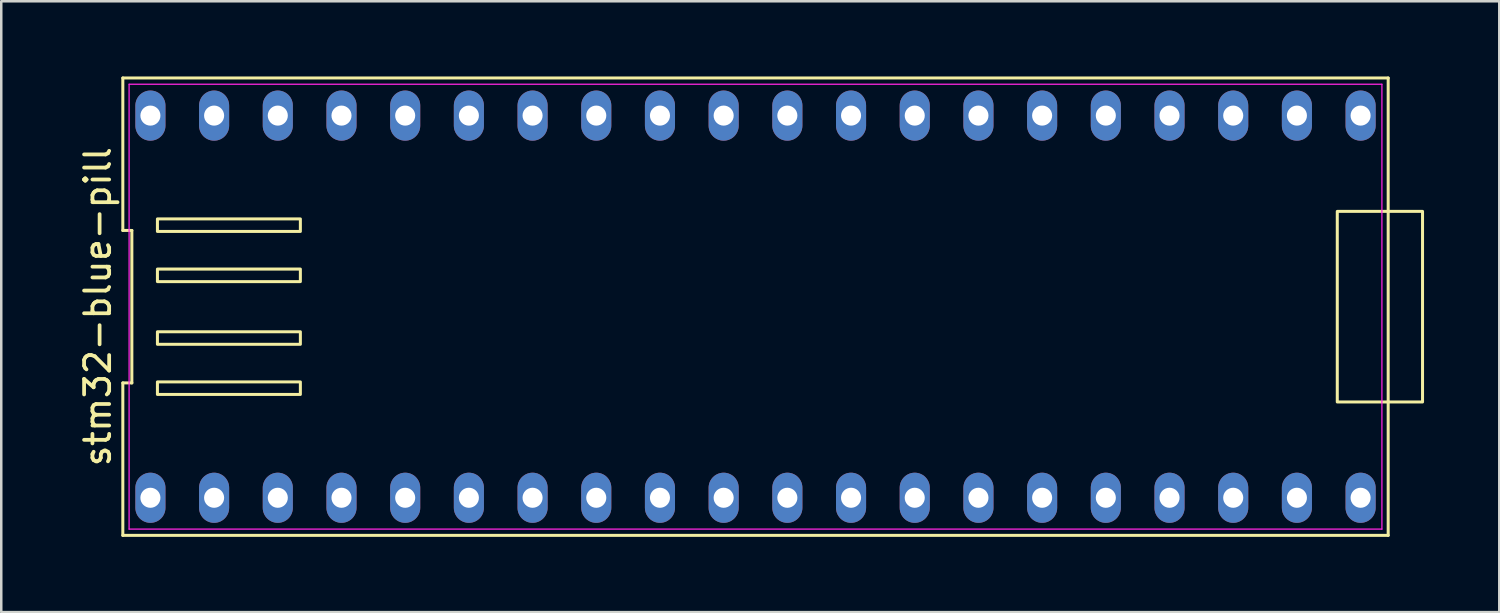
<source format=kicad_pcb>
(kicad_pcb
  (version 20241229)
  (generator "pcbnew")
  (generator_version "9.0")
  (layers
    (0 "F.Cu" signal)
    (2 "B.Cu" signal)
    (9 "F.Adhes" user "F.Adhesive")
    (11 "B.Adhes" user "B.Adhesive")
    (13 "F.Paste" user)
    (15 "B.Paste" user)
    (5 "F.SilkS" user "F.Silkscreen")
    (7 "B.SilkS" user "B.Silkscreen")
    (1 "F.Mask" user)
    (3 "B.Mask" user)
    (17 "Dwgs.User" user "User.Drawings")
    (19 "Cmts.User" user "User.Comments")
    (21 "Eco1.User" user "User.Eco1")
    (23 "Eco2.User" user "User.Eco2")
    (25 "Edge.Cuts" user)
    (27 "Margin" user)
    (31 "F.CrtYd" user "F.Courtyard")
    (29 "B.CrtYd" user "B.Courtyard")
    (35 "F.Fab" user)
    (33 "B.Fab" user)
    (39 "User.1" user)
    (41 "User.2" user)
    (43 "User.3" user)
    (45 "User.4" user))
  (footprint "stm32-blue-pill"
    (layer "F.Cu")
    (at 27.078 9.18)
    (property "Reference" "stm32-blue-pill" (at -26.23 0 90) (layer "F.SilkS") (effects (font (size 1 1) (thickness 0.15))))
    (fp_line (start -25.23 -9.12) (end -25.23 -3.04) (stroke (width 0.12) (type solid)) (layer "F.SilkS"))
    (fp_line (start -25.23 -3.04) (end -24.87 -3.04) (stroke (width 0.12) (type solid)) (layer "F.SilkS"))
    (fp_line (start -25.23 3.04) (end -25.23 9.12) (stroke (width 0.12) (type solid)) (layer "F.SilkS"))
    (fp_line (start -25.23 9.12) (end 25.23 9.12) (stroke (width 0.12) (type solid)) (layer "F.SilkS"))
    (fp_line (start -24.87 -3.04) (end -24.87 3.04) (stroke (width 0.12) (type solid)) (layer "F.SilkS"))
    (fp_line (start -24.87 3.04) (end -25.23 3.04) (stroke (width 0.12) (type solid)) (layer "F.SilkS"))
    (fp_line (start 25.23 -9.12) (end -25.23 -9.12) (stroke (width 0.12) (type solid)) (layer "F.SilkS"))
    (fp_line (start 25.23 9.12) (end 25.23 -9.12) (stroke (width 0.12) (type solid)) (layer "F.SilkS"))
    (fp_rect (start -23.85 -3) (end -18.15 -3.5) (stroke (width 0.12) (type solid)) (fill no) (layer "F.SilkS"))
    (fp_rect (start -23.85 -1) (end -18.15 -1.5) (stroke (width 0.12) (type solid)) (fill no) (layer "F.SilkS"))
    (fp_rect (start -23.85 1.5) (end -18.15 1) (stroke (width 0.12) (type solid)) (fill no) (layer "F.SilkS"))
    (fp_rect (start -23.85 3.5) (end -18.15 3) (stroke (width 0.12) (type solid)) (fill no) (layer "F.SilkS"))
    (fp_rect (start 23.2 -3.8) (end 26.6 3.8) (stroke (width 0.12) (type solid)) (fill no) (layer "F.SilkS"))
    (fp_line (start -24.98 -8.87) (end 24.98 -8.87) (stroke (width 0.05) (type solid)) (layer "F.CrtYd"))
    (fp_line (start -24.98 8.87) (end -24.98 -8.87) (stroke (width 0.05) (type solid)) (layer "F.CrtYd"))
    (fp_line (start 24.98 -8.87) (end 24.98 8.87) (stroke (width 0.05) (type solid)) (layer "F.CrtYd"))
    (fp_line (start 24.98 8.87) (end -24.98 8.87) (stroke (width 0.05) (type solid)) (layer "F.CrtYd"))
    (pad "1" thru_hole oval (at -24.13 7.62) (size 1.2 2) (drill 0.8) (layers "*.Cu" "*.Mask"))
    (pad "2" thru_hole oval (at -21.59 7.62) (size 1.2 2) (drill 0.8) (layers "*.Cu" "*.Mask"))
    (pad "3" thru_hole oval (at -19.05 7.62) (size 1.2 2) (drill 0.8) (layers "*.Cu" "*.Mask"))
    (pad "4" thru_hole oval (at -16.51 7.62) (size 1.2 2) (drill 0.8) (layers "*.Cu" "*.Mask"))
    (pad "5" thru_hole oval (at -13.97 7.62) (size 1.2 2) (drill 0.8) (layers "*.Cu" "*.Mask"))
    (pad "6" thru_hole oval (at -11.43 7.62) (size 1.2 2) (drill 0.8) (layers "*.Cu" "*.Mask"))
    (pad "7" thru_hole oval (at -8.89 7.62) (size 1.2 2) (drill 0.8) (layers "*.Cu" "*.Mask"))
    (pad "8" thru_hole oval (at -6.35 7.62) (size 1.2 2) (drill 0.8) (layers "*.Cu" "*.Mask"))
    (pad "9" thru_hole oval (at -3.81 7.62) (size 1.2 2) (drill 0.8) (layers "*.Cu" "*.Mask"))
    (pad "10" thru_hole oval (at -1.27 7.62) (size 1.2 2) (drill 0.8) (layers "*.Cu" "*.Mask"))
    (pad "11" thru_hole oval (at 1.27 7.62) (size 1.2 2) (drill 0.8) (layers "*.Cu" "*.Mask"))
    (pad "12" thru_hole oval (at 3.81 7.62) (size 1.2 2) (drill 0.8) (layers "*.Cu" "*.Mask"))
    (pad "13" thru_hole oval (at 6.35 7.62) (size 1.2 2) (drill 0.8) (layers "*.Cu" "*.Mask"))
    (pad "14" thru_hole oval (at 8.89 7.62) (size 1.2 2) (drill 0.8) (layers "*.Cu" "*.Mask"))
    (pad "15" thru_hole oval (at 11.43 7.62) (size 1.2 2) (drill 0.8) (layers "*.Cu" "*.Mask"))
    (pad "16" thru_hole oval (at 13.97 7.62) (size 1.2 2) (drill 0.8) (layers "*.Cu" "*.Mask"))
    (pad "17" thru_hole oval (at 16.51 7.62) (size 1.2 2) (drill 0.8) (layers "*.Cu" "*.Mask"))
    (pad "18" thru_hole oval (at 19.05 7.62) (size 1.2 2) (drill 0.8) (layers "*.Cu" "*.Mask"))
    (pad "19" thru_hole oval (at 21.59 7.62) (size 1.2 2) (drill 0.8) (layers "*.Cu" "*.Mask"))
    (pad "20" thru_hole oval (at 24.13 7.62) (size 1.2 2) (drill 0.8) (layers "*.Cu" "*.Mask"))
    (pad "21" thru_hole oval (at 24.13 -7.62) (size 1.2 2) (drill 0.8) (layers "*.Cu" "*.Mask"))
    (pad "22" thru_hole oval (at 21.59 -7.62) (size 1.2 2) (drill 0.8) (layers "*.Cu" "*.Mask"))
    (pad "23" thru_hole oval (at 19.05 -7.62) (size 1.2 2) (drill 0.8) (layers "*.Cu" "*.Mask"))
    (pad "24" thru_hole oval (at 16.51 -7.62) (size 1.2 2) (drill 0.8) (layers "*.Cu" "*.Mask"))
    (pad "25" thru_hole oval (at 13.97 -7.62) (size 1.2 2) (drill 0.8) (layers "*.Cu" "*.Mask"))
    (pad "26" thru_hole oval (at 11.43 -7.62) (size 1.2 2) (drill 0.8) (layers "*.Cu" "*.Mask"))
    (pad "27" thru_hole oval (at 8.89 -7.62) (size 1.2 2) (drill 0.8) (layers "*.Cu" "*.Mask"))
    (pad "28" thru_hole oval (at 6.35 -7.62) (size 1.2 2) (drill 0.8) (layers "*.Cu" "*.Mask"))
    (pad "29" thru_hole oval (at 3.81 -7.62) (size 1.2 2) (drill 0.8) (layers "*.Cu" "*.Mask"))
    (pad "30" thru_hole oval (at 1.27 -7.62) (size 1.2 2) (drill 0.8) (layers "*.Cu" "*.Mask"))
    (pad "31" thru_hole oval (at -1.27 -7.62) (size 1.2 2) (drill 0.8) (layers "*.Cu" "*.Mask"))
    (pad "32" thru_hole oval (at -3.81 -7.62) (size 1.2 2) (drill 0.8) (layers "*.Cu" "*.Mask"))
    (pad "33" thru_hole oval (at -6.35 -7.62) (size 1.2 2) (drill 0.8) (layers "*.Cu" "*.Mask"))
    (pad "34" thru_hole oval (at -8.89 -7.62) (size 1.2 2) (drill 0.8) (layers "*.Cu" "*.Mask"))
    (pad "35" thru_hole oval (at -11.43 -7.62) (size 1.2 2) (drill 0.8) (layers "*.Cu" "*.Mask"))
    (pad "36" thru_hole oval (at -13.97 -7.62) (size 1.2 2) (drill 0.8) (layers "*.Cu" "*.Mask"))
    (pad "37" thru_hole oval (at -16.51 -7.62) (size 1.2 2) (drill 0.8) (layers "*.Cu" "*.Mask"))
    (pad "38" thru_hole oval (at -19.05 -7.62) (size 1.2 2) (drill 0.8) (layers "*.Cu" "*.Mask"))
    (pad "39" thru_hole oval (at -21.59 -7.62) (size 1.2 2) (drill 0.8) (layers "*.Cu" "*.Mask"))
    (pad "40" thru_hole oval (at -24.13 -7.62) (size 1.2 2) (drill 0.8) (layers "*.Cu" "*.Mask")))
  (gr_rect
    (start -3 -3)
    (end 56.738 21.36)
    (stroke (width 0.1) (type default))
    (fill no)
    (layer "Edge.Cuts")))
</source>
